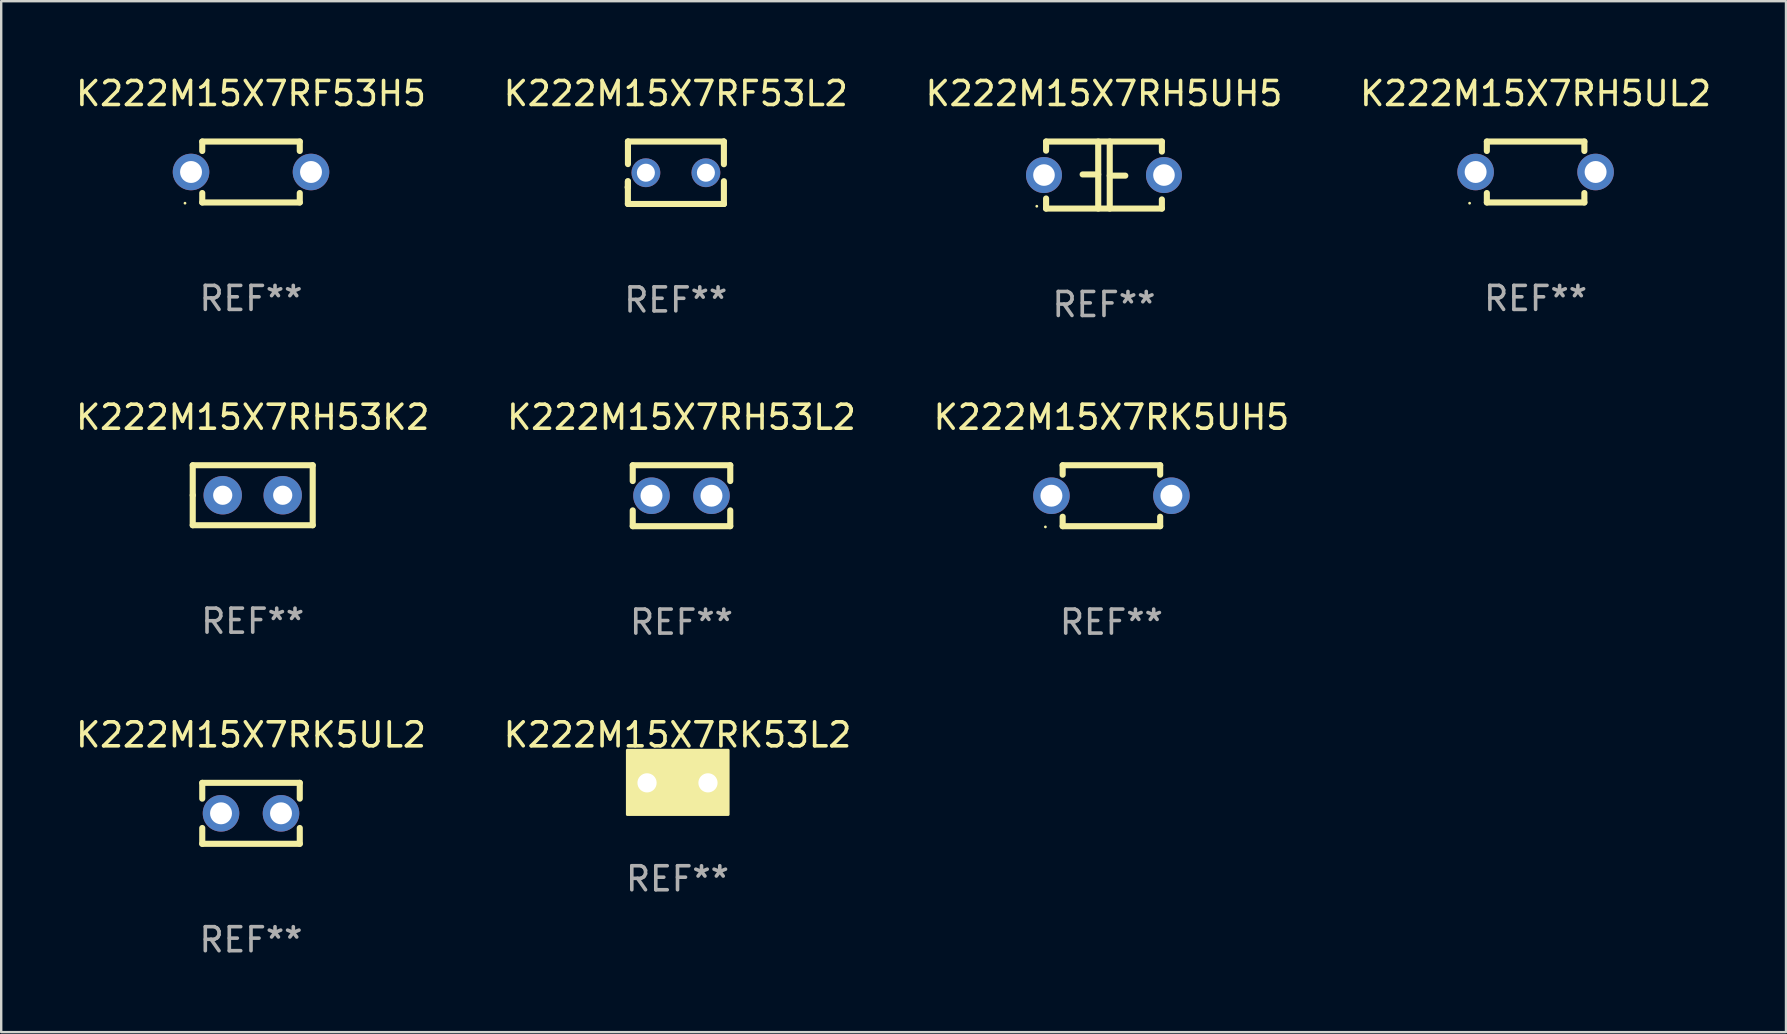
<source format=kicad_pcb>
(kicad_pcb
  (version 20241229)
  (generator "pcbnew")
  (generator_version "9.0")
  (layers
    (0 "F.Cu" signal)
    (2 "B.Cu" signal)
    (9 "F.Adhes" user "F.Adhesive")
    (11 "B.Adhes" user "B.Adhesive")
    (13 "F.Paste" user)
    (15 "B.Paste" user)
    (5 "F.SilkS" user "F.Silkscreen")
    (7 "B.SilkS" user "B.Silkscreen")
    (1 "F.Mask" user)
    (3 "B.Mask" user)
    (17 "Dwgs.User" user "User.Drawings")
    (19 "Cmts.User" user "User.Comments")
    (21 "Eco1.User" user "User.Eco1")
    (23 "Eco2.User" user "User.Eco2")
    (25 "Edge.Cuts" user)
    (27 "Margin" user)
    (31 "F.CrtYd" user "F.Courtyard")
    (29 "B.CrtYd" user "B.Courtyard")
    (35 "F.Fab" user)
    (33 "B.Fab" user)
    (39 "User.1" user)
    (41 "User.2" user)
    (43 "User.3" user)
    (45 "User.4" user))
  (footprint "K222M15X7RH5UL2"
    (layer "F.Cu")
    (at 60.946 4.118)
    (property "Reference" "K222M15X7RH5UL2" (at 0 -3.27 0) (layer "F.SilkS") (effects (font (size 1 1) (thickness 0.15))))
    (attr through_hole)
    (fp_line (start -2.032 -1.27) (end -2.032 -0.876) (stroke (width 0.254) (type solid)) (layer "F.SilkS"))
    (fp_line (start -2.032 0.876) (end -2.032 1.27) (stroke (width 0.254) (type solid)) (layer "F.SilkS"))
    (fp_line (start -2.032 1.27) (end 2.032 1.27) (stroke (width 0.254) (type solid)) (layer "F.SilkS"))
    (fp_line (start 2.032 -1.27) (end -2.032 -1.27) (stroke (width 0.254) (type solid)) (layer "F.SilkS"))
    (fp_line (start 2.032 -0.876) (end 2.032 -1.27) (stroke (width 0.254) (type solid)) (layer "F.SilkS"))
    (fp_line (start 2.032 1.27) (end 2.032 0.876) (stroke (width 0.254) (type solid)) (layer "F.SilkS"))
    (fp_circle (center -2.751 1.3) (end -2.721 1.3) (stroke (width 0.06) (type solid)) (fill no) (layer "F.SilkS"))
    (fp_text user "REF**" (at 0 5.27 0) (layer "F.Fab") (effects (font (size 1 1) (thickness 0.15))))
    (pad "1" thru_hole circle (at -2.5 0) (size 1.524 1.524) (drill 0.914) (layers "*.Cu" "*.Mask"))
    (pad "2" thru_hole circle (at 2.5 0) (size 1.524 1.524) (drill 0.914) (layers "*.Cu" "*.Mask")))
  (footprint "K222M15X7RF53H5"
    (layer "F.Cu")
    (at 7.411 4.118)
    (property "Reference" "K222M15X7RF53H5" (at 0 -3.27 0) (layer "F.SilkS") (effects (font (size 1 1) (thickness 0.15))))
    (attr through_hole)
    (fp_line (start -2.032 -1.27) (end -2.032 -0.876) (stroke (width 0.254) (type solid)) (layer "F.SilkS"))
    (fp_line (start -2.032 0.876) (end -2.032 1.27) (stroke (width 0.254) (type solid)) (layer "F.SilkS"))
    (fp_line (start -2.032 1.27) (end 2.032 1.27) (stroke (width 0.254) (type solid)) (layer "F.SilkS"))
    (fp_line (start 2.032 -1.27) (end -2.032 -1.27) (stroke (width 0.254) (type solid)) (layer "F.SilkS"))
    (fp_line (start 2.032 -0.876) (end 2.032 -1.27) (stroke (width 0.254) (type solid)) (layer "F.SilkS"))
    (fp_line (start 2.032 1.27) (end 2.032 0.876) (stroke (width 0.254) (type solid)) (layer "F.SilkS"))
    (fp_circle (center -2.751 1.3) (end -2.721 1.3) (stroke (width 0.06) (type solid)) (fill no) (layer "F.SilkS"))
    (fp_text user "REF**" (at 0 5.27 0) (layer "F.Fab") (effects (font (size 1 1) (thickness 0.15))))
    (pad "1" thru_hole circle (at -2.5 0) (size 1.524 1.524) (drill 0.914) (layers "*.Cu" "*.Mask"))
    (pad "2" thru_hole circle (at 2.5 0) (size 1.524 1.524) (drill 0.914) (layers "*.Cu" "*.Mask")))
  (footprint "K222M15X7RK5UH5"
    (layer "F.Cu")
    (at 43.268 17.609)
    (property "Reference" "K222M15X7RK5UH5" (at 0 -3.27 0) (layer "F.SilkS") (effects (font (size 1 1) (thickness 0.15))))
    (attr through_hole)
    (fp_line (start -2.032 -1.27) (end -2.032 -0.876) (stroke (width 0.254) (type solid)) (layer "F.SilkS"))
    (fp_line (start -2.032 0.876) (end -2.032 1.27) (stroke (width 0.254) (type solid)) (layer "F.SilkS"))
    (fp_line (start -2.032 1.27) (end 2.032 1.27) (stroke (width 0.254) (type solid)) (layer "F.SilkS"))
    (fp_line (start 2.032 -1.27) (end -2.032 -1.27) (stroke (width 0.254) (type solid)) (layer "F.SilkS"))
    (fp_line (start 2.032 -0.876) (end 2.032 -1.27) (stroke (width 0.254) (type solid)) (layer "F.SilkS"))
    (fp_line (start 2.032 1.27) (end 2.032 0.876) (stroke (width 0.254) (type solid)) (layer "F.SilkS"))
    (fp_circle (center -2.751 1.3) (end -2.721 1.3) (stroke (width 0.06) (type solid)) (fill no) (layer "F.SilkS"))
    (fp_text user "REF**" (at 0 5.27 0) (layer "F.Fab") (effects (font (size 1 1) (thickness 0.15))))
    (pad "1" thru_hole circle (at -2.5 0) (size 1.524 1.524) (drill 0.914) (layers "*.Cu" "*.Mask"))
    (pad "2" thru_hole circle (at 2.5 0) (size 1.524 1.524) (drill 0.914) (layers "*.Cu" "*.Mask")))
  (footprint "K222M15X7RK5UL2"
    (layer "F.Cu")
    (at 7.411 30.845)
    (property "Reference" "K222M15X7RK5UL2" (at 0 -3.27 0) (layer "F.SilkS") (effects (font (size 1 1) (thickness 0.15))))
    (attr through_hole)
    (fp_line (start -2.032 -1.27) (end -2.032 -0.611) (stroke (width 0.254) (type solid)) (layer "F.SilkS"))
    (fp_line (start -2.032 0.611) (end -2.032 1.27) (stroke (width 0.254) (type solid)) (layer "F.SilkS"))
    (fp_line (start -2.032 1.27) (end 2.032 1.27) (stroke (width 0.254) (type solid)) (layer "F.SilkS"))
    (fp_line (start 2.032 -1.27) (end -2.032 -1.27) (stroke (width 0.254) (type solid)) (layer "F.SilkS"))
    (fp_line (start 2.032 -0.611) (end 2.032 -1.27) (stroke (width 0.254) (type solid)) (layer "F.SilkS"))
    (fp_line (start 2.032 1.27) (end 2.032 0.611) (stroke (width 0.254) (type solid)) (layer "F.SilkS"))
    (fp_circle (center -2 1.3) (end -1.97 1.3) (stroke (width 0.06) (type solid)) (fill no) (layer "F.SilkS"))
    (fp_text user "REF**" (at 0 5.27 0) (layer "F.Fab") (effects (font (size 1 1) (thickness 0.15))))
    (pad "1" thru_hole circle (at -1.25 0) (size 1.524 1.524) (drill 0.914) (layers "*.Cu" "*.Mask"))
    (pad "2" thru_hole circle (at 1.25 0) (size 1.524 1.524) (drill 0.914) (layers "*.Cu" "*.Mask")))
  (footprint "K222M15X7RH53L2"
    (layer "F.Cu")
    (at 25.351 17.609)
    (property "Reference" "K222M15X7RH53L2" (at 0 -3.27 0) (layer "F.SilkS") (effects (font (size 1 1) (thickness 0.15))))
    (attr through_hole)
    (fp_line (start -2.032 -1.27) (end -2.032 -0.611) (stroke (width 0.254) (type solid)) (layer "F.SilkS"))
    (fp_line (start -2.032 0.611) (end -2.032 1.27) (stroke (width 0.254) (type solid)) (layer "F.SilkS"))
    (fp_line (start -2.032 1.27) (end 2.032 1.27) (stroke (width 0.254) (type solid)) (layer "F.SilkS"))
    (fp_line (start 2.032 -1.27) (end -2.032 -1.27) (stroke (width 0.254) (type solid)) (layer "F.SilkS"))
    (fp_line (start 2.032 -0.611) (end 2.032 -1.27) (stroke (width 0.254) (type solid)) (layer "F.SilkS"))
    (fp_line (start 2.032 1.27) (end 2.032 0.611) (stroke (width 0.254) (type solid)) (layer "F.SilkS"))
    (fp_circle (center -2 1.3) (end -1.97 1.3) (stroke (width 0.06) (type solid)) (fill no) (layer "F.SilkS"))
    (fp_text user "REF**" (at 0 5.27 0) (layer "F.Fab") (effects (font (size 1 1) (thickness 0.15))))
    (pad "1" thru_hole circle (at -1.25 0) (size 1.524 1.524) (drill 0.914) (layers "*.Cu" "*.Mask"))
    (pad "2" thru_hole circle (at 1.25 0) (size 1.524 1.524) (drill 0.914) (layers "*.Cu" "*.Mask")))
  (footprint "K222M15X7RH53K2"
    (layer "F.Cu")
    (at 7.482 17.589)
    (property "Reference" "K222M15X7RH53K2" (at 0 -3.25 0) (layer "F.SilkS") (effects (font (size 1 1) (thickness 0.15))))
    (attr through_hole)
    (fp_line (start -2.5 -1.25) (end 2.5 -1.25) (stroke (width 0.254) (type solid)) (layer "F.SilkS"))
    (fp_line (start -2.5 0) (end -2.5 -1.25) (stroke (width 0.254) (type solid)) (layer "F.SilkS"))
    (fp_line (start -2.5 1.25) (end -2.5 0) (stroke (width 0.254) (type solid)) (layer "F.SilkS"))
    (fp_line (start 2.5 -1.25) (end 2.5 1.25) (stroke (width 0.254) (type solid)) (layer "F.SilkS"))
    (fp_line (start 2.5 1.25) (end -2.5 1.25) (stroke (width 0.254) (type solid)) (layer "F.SilkS"))
    (fp_circle (center -2.5 1.25) (end -2.47 1.25) (stroke (width 0.06) (type solid)) (fill no) (layer "F.SilkS"))
    (fp_text user "REF**" (at 0 5.25 0) (layer "F.Fab") (effects (font (size 1 1) (thickness 0.15))))
    (pad "1" thru_hole circle (at -1.25 0) (size 1.6 1.6) (drill 0.8) (layers "*.Cu" "*.Mask"))
    (pad "2" thru_hole circle (at 1.25 0) (size 1.6 1.6) (drill 0.8) (layers "*.Cu" "*.Mask")))
  (footprint "K222M15X7RK53L2"
    (layer "F.Cu")
    (at 25.185 29.575)
    (property "Reference" "K222M15X7RK53L2" (at 0 -2 0) (layer "F.SilkS") (effects (font (size 1 1) (thickness 0.15))))
    (attr through_hole)
    (fp_circle (center -2 1.3) (end -1.97 1.3) (stroke (width 0.06) (type solid)) (fill no) (layer "F.SilkS"))
    (fp_poly (pts (xy -2.09 -1.36) (xy 2.11 -1.36) (xy 2.11 1.32) (xy -2.09 1.32)) (stroke (width 0.12) (type solid)) (fill yes) (layer "F.SilkS"))
    (fp_text user "REF**" (at 0 4 0) (layer "F.Fab") (effects (font (size 1 1) (thickness 0.15))))
    (pad "1" thru_hole circle (at -1.27 0) (size 1.4 1.4) (drill 0.8) (layers "*.Cu" "*.Mask"))
    (pad "2" thru_hole circle (at 1.27 0) (size 1.4 1.4) (drill 0.8) (layers "*.Cu" "*.Mask")))
  (footprint "K222M15X7RF53L2"
    (layer "F.Cu")
    (at 25.113 4.149)
    (property "Reference" "K222M15X7RF53L2" (at 0 -3.301 0) (layer "F.SilkS") (effects (font (size 1 1) (thickness 0.15))))
    (attr through_hole)
    (fp_line (start -1.996 0.354) (end -1.996 1.301) (stroke (width 0.254) (type solid)) (layer "F.SilkS"))
    (fp_line (start -1.996 1.301) (end 2.002 1.301) (stroke (width 0.254) (type solid)) (layer "F.SilkS"))
    (fp_line (start -1.993 -1.299) (end -1.993 -0.36) (stroke (width 0.254) (type solid)) (layer "F.SilkS"))
    (fp_line (start -1.993 0.358) (end -1.993 0.599) (stroke (width 0.254) (type solid)) (layer "F.SilkS"))
    (fp_line (start -1.993 0.599) (end -2.005 0.61) (stroke (width 0.254) (type solid)) (layer "F.SilkS"))
    (fp_line (start -1.992 -1.301) (end -1.993 -1.299) (stroke (width 0.254) (type solid)) (layer "F.SilkS"))
    (fp_line (start 2.002 1.301) (end 2.005 1.298) (stroke (width 0.254) (type solid)) (layer "F.SilkS"))
    (fp_line (start 2.003 -1.301) (end -1.992 -1.301) (stroke (width 0.254) (type solid)) (layer "F.SilkS"))
    (fp_line (start 2.005 -1.299) (end 2.003 -1.301) (stroke (width 0.254) (type solid)) (layer "F.SilkS"))
    (fp_line (start 2.005 -0.355) (end 2.005 -1.299) (stroke (width 0.254) (type solid)) (layer "F.SilkS"))
    (fp_line (start 2.005 1.298) (end 2.005 0.352) (stroke (width 0.254) (type solid)) (layer "F.SilkS"))
    (fp_circle (center -1.996 1.299) (end -1.966 1.299) (stroke (width 0.06) (type solid)) (fill no) (layer "F.SilkS"))
    (fp_text user "REF**" (at 0 5.301 0) (layer "F.Fab") (effects (font (size 1 1) (thickness 0.15))))
    (pad "1" thru_hole circle (at -1.246 -0.001) (size 1.2 1.2) (drill 0.75) (layers "*.Cu" "*.Mask"))
    (pad "2" thru_hole circle (at 1.255 -0.001) (size 1.2 1.2) (drill 0.75) (layers "*.Cu" "*.Mask")))
  (footprint "K222M15X7RH5UH5"
    (layer "F.Cu")
    (at 42.958 4.245)
    (property "Reference" "K222M15X7RH5UH5" (at 0 -3.397 0) (layer "F.SilkS") (effects (font (size 1 1) (thickness 0.15))))
    (attr through_hole)
    (fp_line (start -2.413 -1.397) (end 2.413 -1.397) (stroke (width 0.254) (type solid)) (layer "F.SilkS"))
    (fp_line (start -2.413 -1.016) (end -2.413 -1.397) (stroke (width 0.254) (type solid)) (layer "F.SilkS"))
    (fp_line (start -2.413 0.977) (end -2.413 1.397) (stroke (width 0.254) (type solid)) (layer "F.SilkS"))
    (fp_line (start -0.24 -0.025) (end -0.889 -0.025) (stroke (width 0.254) (type solid)) (layer "F.SilkS"))
    (fp_line (start -0.24 1.397) (end -0.24 -1.397) (stroke (width 0.254) (type solid)) (layer "F.SilkS"))
    (fp_line (start 0.24 -1.397) (end 0.24 1.397) (stroke (width 0.254) (type solid)) (layer "F.SilkS"))
    (fp_line (start 0.24 0.025) (end 0.889 0.025) (stroke (width 0.254) (type solid)) (layer "F.SilkS"))
    (fp_line (start 2.413 -0.977) (end 2.413 -1.397) (stroke (width 0.254) (type solid)) (layer "F.SilkS"))
    (fp_line (start 2.413 1.016) (end 2.413 1.397) (stroke (width 0.254) (type solid)) (layer "F.SilkS"))
    (fp_line (start 2.413 1.397) (end -2.413 1.397) (stroke (width 0.254) (type solid)) (layer "F.SilkS"))
    (fp_circle (center -2.8 1.3) (end -2.77 1.3) (stroke (width 0.06) (type solid)) (fill no) (layer "F.SilkS"))
    (fp_text user "REF**" (at 0 5.397 0) (layer "F.Fab") (effects (font (size 1 1) (thickness 0.15))))
    (pad "1" thru_hole circle (at -2.5 0) (size 1.5 1.5) (drill 0.9) (layers "*.Cu" "*.Mask"))
    (pad "2" thru_hole circle (at 2.5 0) (size 1.5 1.5) (drill 0.9) (layers "*.Cu" "*.Mask")))
  (gr_rect
    (start -3 -3)
    (end 71.381 39.964)
    (stroke (width 0.1) (type default))
    (fill no)
    (layer "Edge.Cuts")))
</source>
